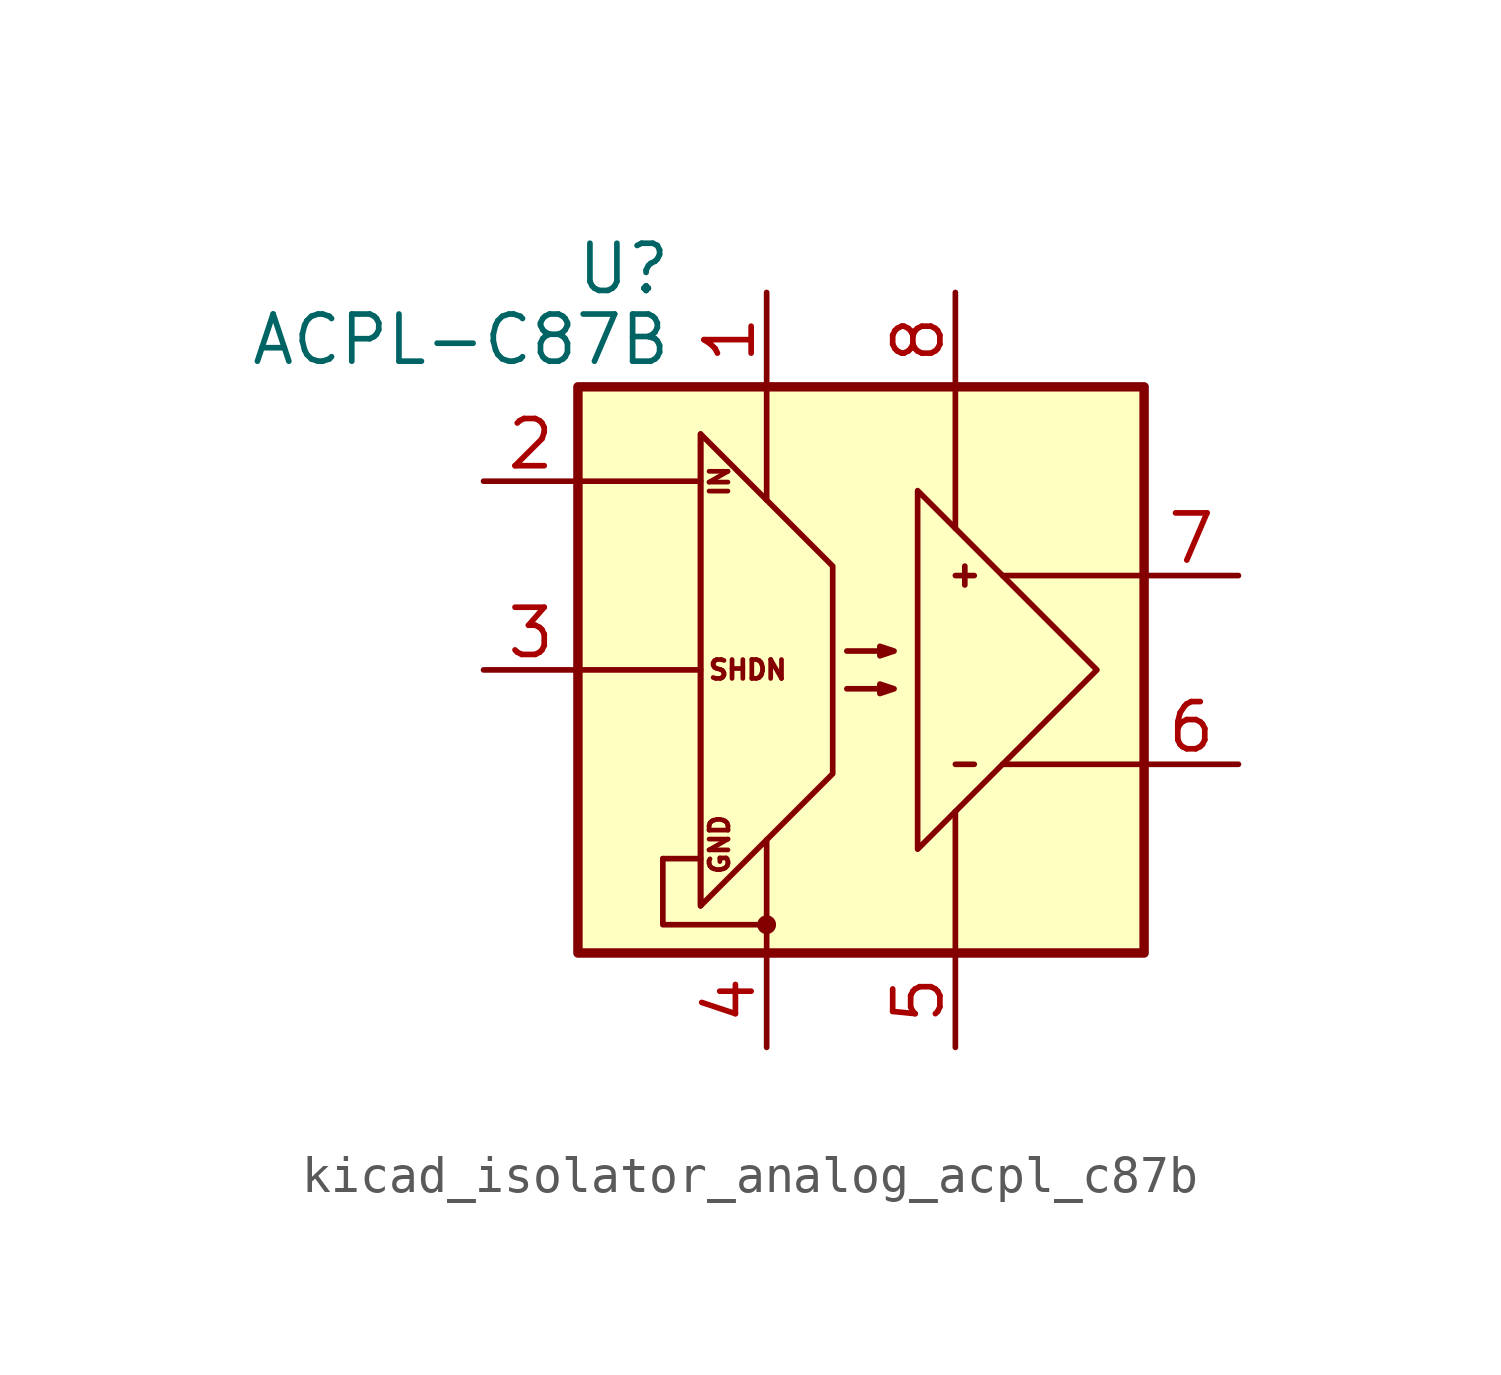
<source format=kicad_sym>
(kicad_symbol_lib
  (version 20220914)
  (generator kicad_symbol_editor)
  (symbol "kicad_isolator_analog_acpl_c87b"
    (pin_names
      (offset 0) hide)
    (property "Reference" "U"
      (at -5.08 10.795 0)
      (effects (font (size 1.27 1.27)) (justify right)))
    (property "Value" "ACPL-C87B"
      (at -5.08 8.89 0)
      (effects (font (size 1.27 1.27)) (justify right)))
    (symbol "kicad_isolator_analog_acpl_c87b_0_0"
      (circle (center -2.54 -6.858) (radius 0.178) (stroke (width 0) (type default)) (fill (type outline)))
      (polyline (pts (xy -7.62 0) (xy -4.318 0)) (stroke (width 0) (type default)) (fill (type none)))
      (polyline (pts (xy -4.318 -5.08) (xy -5.334 -5.08)) (stroke (width 0) (type default)) (fill (type none)))
      (polyline (pts (xy -5.334 -5.08) (xy -5.334 -6.858) (xy -2.54 -6.858)) (stroke (width 0) (type default)) (fill (type none)))
      (text "GND" (at -3.81 -4.699 900) (effects (font (size 0.508 0.508))))
      (text "IN" (at -3.81 5.08 900) (effects (font (size 0.508 0.508))))
      (text "SHDN" (at -3.048 0 0) (effects (font (size 0.508 0.508)))))
    (symbol "kicad_isolator_analog_acpl_c87b_0_1"
      (rectangle (start -7.62 7.62) (end 7.62 -7.62) (stroke (width 0.254) (type default)) (fill (type background)))
      (polyline (pts (xy -7.62 5.08) (xy -4.318 5.08)) (stroke (width 0) (type default)) (fill (type none)))
      (polyline (pts (xy -4.318 6.35) (xy -4.318 -6.35)) (stroke (width 0) (type default)) (fill (type none)))
      (polyline (pts (xy -2.54 -7.62) (xy -2.54 -4.572)) (stroke (width 0) (type default)) (fill (type none)))
      (polyline (pts (xy -2.54 7.62) (xy -2.54 4.572)) (stroke (width 0) (type default)) (fill (type none)))
      (polyline (pts (xy 2.54 -7.62) (xy 2.54 -3.81)) (stroke (width 0) (type default)) (fill (type none)))
      (polyline (pts (xy 2.54 7.62) (xy 2.54 3.81)) (stroke (width 0) (type default)) (fill (type none)))
      (polyline (pts (xy 2.794 2.794) (xy 2.794 2.286)) (stroke (width 0) (type default)) (fill (type none)))
      (polyline (pts (xy 3.048 -2.54) (xy 2.54 -2.54)) (stroke (width 0) (type default)) (fill (type none)))
      (polyline (pts (xy 3.048 2.54) (xy 2.54 2.54)) (stroke (width 0) (type default)) (fill (type none)))
      (polyline (pts (xy 7.62 -2.54) (xy 3.81 -2.54)) (stroke (width 0) (type default)) (fill (type none)))
      (polyline (pts (xy 7.62 2.54) (xy 3.81 2.54)) (stroke (width 0) (type default)) (fill (type none)))
      (polyline (pts (xy 6.35 0) (xy 1.524 -4.826) (xy 1.524 4.826) (xy 6.35 0)) (stroke (width 0) (type default)) (fill (type none)))
      (polyline (pts (xy -4.318 -6.35) (xy -0.762 -2.794) (xy -0.762 2.794) (xy -4.318 6.35) (xy -4.318 -6.35)) (stroke (width 0) (type default)) (fill (type none)))
      (polyline (pts (xy -0.381 -0.508) (xy 0.889 -0.508) (xy 0.508 -0.635) (xy 0.508 -0.381) (xy 0.889 -0.508)) (stroke (width 0) (type default)) (fill (type none)))
      (polyline (pts (xy -0.381 0.508) (xy 0.889 0.508) (xy 0.508 0.381) (xy 0.508 0.635) (xy 0.889 0.508)) (stroke (width 0) (type default)) (fill (type none))))
    (symbol "kicad_isolator_analog_acpl_c87b_1_1"
      (pin power_in line (at -2.54 10.16 270) (length 2.54) (name "VDD1" (effects (font (size 1.27 1.27)))) (number "1" (effects (font (size 1.27 1.27)))))
      (pin input line (at -10.16 5.08 0) (length 2.54) (name "IN" (effects (font (size 1.27 1.27)))) (number "2" (effects (font (size 1.27 1.27)))))
      (pin input line (at -10.16 0 0) (length 2.54) (name "IN-" (effects (font (size 1.27 1.27)))) (number "3" (effects (font (size 1.27 1.27)))))
      (pin power_in line (at -2.54 -10.16 90) (length 2.54) (name "GND1" (effects (font (size 1.27 1.27)))) (number "4" (effects (font (size 1.27 1.27)))))
      (pin power_in line (at 2.54 -10.16 90) (length 2.54) (name "GND2" (effects (font (size 1.27 1.27)))) (number "5" (effects (font (size 1.27 1.27)))))
      (pin output line (at 10.16 -2.54 180) (length 2.54) (name "OUT-" (effects (font (size 1.27 1.27)))) (number "6" (effects (font (size 1.27 1.27)))))
      (pin output line (at 10.16 2.54 180) (length 2.54) (name "OUT+" (effects (font (size 1.27 1.27)))) (number "7" (effects (font (size 1.27 1.27)))))
      (pin power_in line (at 2.54 10.16 270) (length 2.54) (name "VDD2" (effects (font (size 1.27 1.27)))) (number "8" (effects (font (size 1.27 1.27))))))))
</source>
